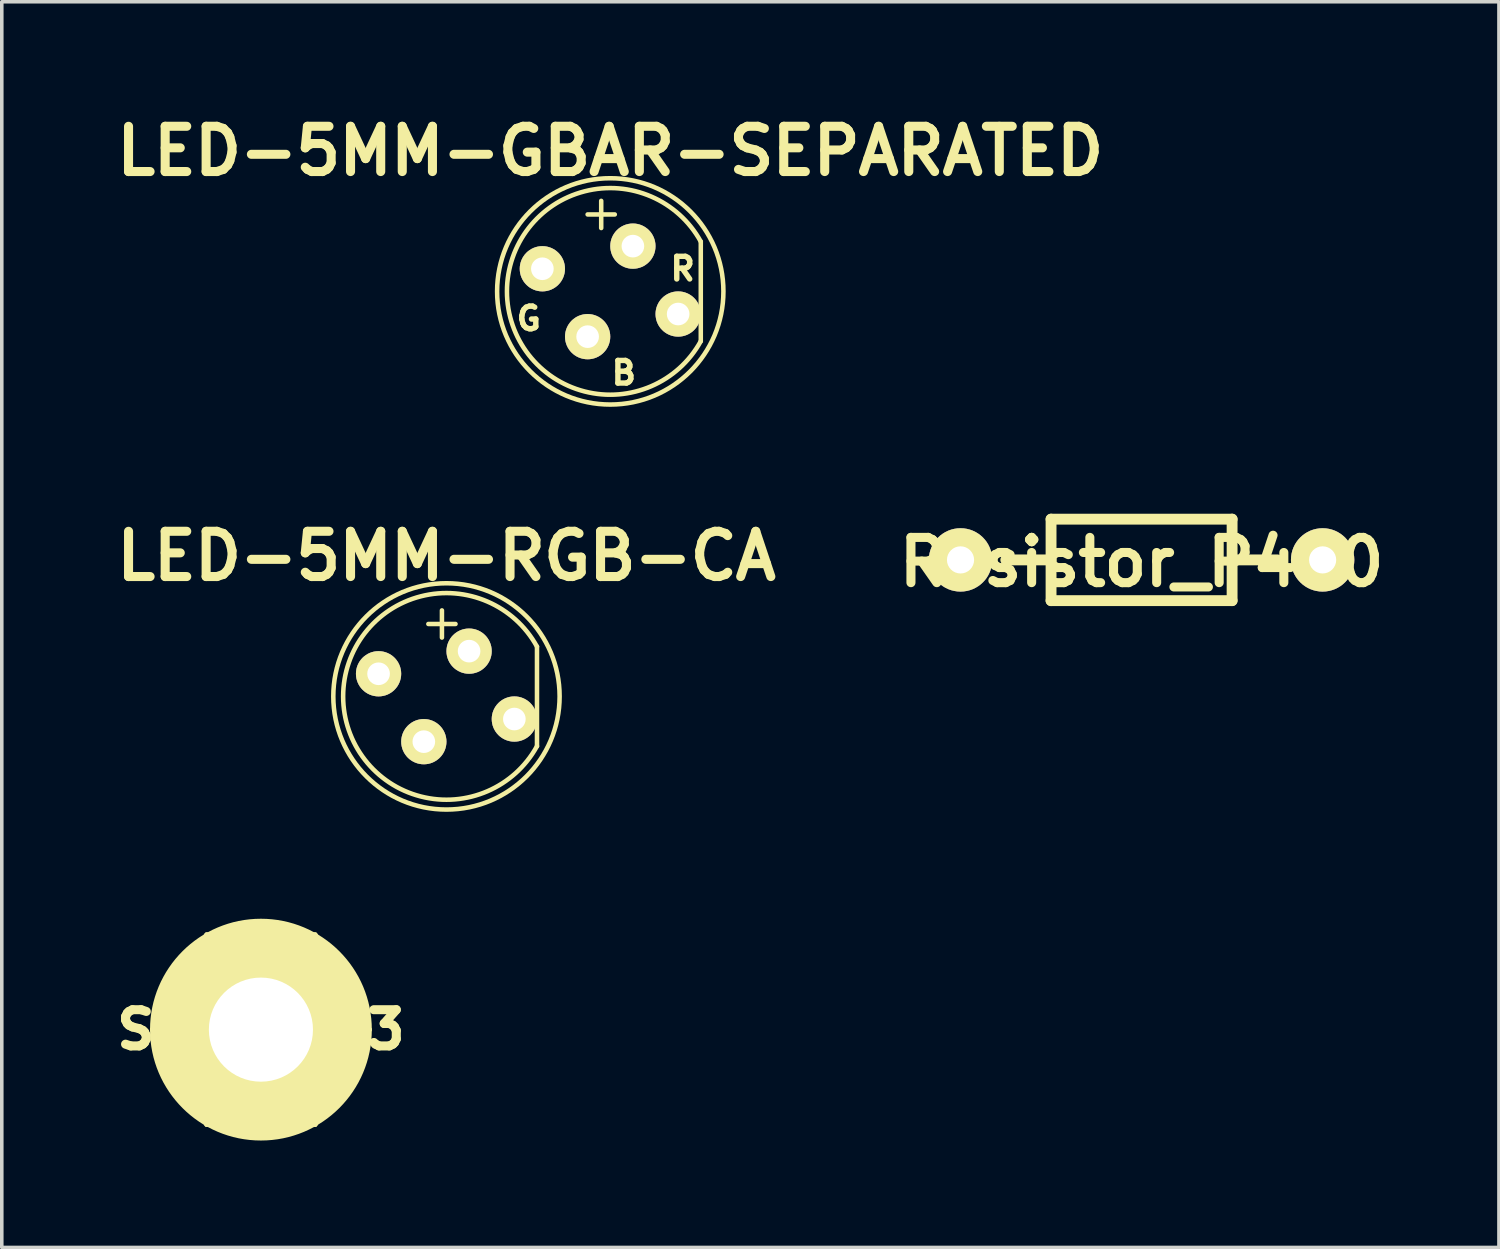
<source format=kicad_pcb>
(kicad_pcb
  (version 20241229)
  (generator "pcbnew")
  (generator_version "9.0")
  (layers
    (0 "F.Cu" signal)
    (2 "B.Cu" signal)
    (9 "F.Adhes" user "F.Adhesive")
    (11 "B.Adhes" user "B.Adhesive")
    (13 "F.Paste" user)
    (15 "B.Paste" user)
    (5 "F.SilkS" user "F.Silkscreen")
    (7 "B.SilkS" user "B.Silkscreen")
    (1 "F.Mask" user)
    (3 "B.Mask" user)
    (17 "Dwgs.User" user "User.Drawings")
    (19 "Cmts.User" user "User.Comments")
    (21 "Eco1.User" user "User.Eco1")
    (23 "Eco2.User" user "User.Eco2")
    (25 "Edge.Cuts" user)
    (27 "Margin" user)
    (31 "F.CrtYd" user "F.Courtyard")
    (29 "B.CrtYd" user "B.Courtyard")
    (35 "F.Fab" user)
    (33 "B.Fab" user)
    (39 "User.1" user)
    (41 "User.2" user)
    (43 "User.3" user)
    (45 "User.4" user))
  (footprint "LED-5MM-RGB-CA"
    (layer "F.Cu")
    (at 9.477 16.49)
    (property "Reference" "LED-5MM-RGB-CA" (at 0 -3.937 0) (layer "F.SilkS") (effects (font (size 1.27 1.27) (thickness 0.254))))
    (attr exclude_from_pos_files exclude_from_bom)
    (fp_line (start -0.127 -2.413) (end -0.127 -1.651) (stroke (width 0.127) (type solid)) (layer "F.SilkS"))
    (fp_line (start 0.254 -2.032) (end -0.508 -2.032) (stroke (width 0.127) (type solid)) (layer "F.SilkS"))
    (fp_line (start 2.54 -1.397) (end 2.54 1.397) (stroke (width 0.127) (type solid)) (layer "F.SilkS"))
    (fp_arc (start 2.539999 1.397) (mid -2.898828 0) (end 2.539999 -1.396999) (stroke (width 0.127) (type solid)) (layer "F.SilkS"))
    (fp_circle (center 0 0) (end 3.175 0) (stroke (width 0.127) (type solid)) (fill no) (layer "F.SilkS"))
    (pad "1" thru_hole oval (at -1.905 -0.635) (size 1.27 1.27) (drill 0.635) (layers "*.Cu" "*.Mask" "F.SilkS"))
    (pad "2" thru_hole oval (at -0.635 1.27) (size 1.27 1.27) (drill 0.635) (layers "*.Cu" "*.Mask" "F.SilkS"))
    (pad "3" thru_hole oval (at 0.635 -1.27) (size 1.27 1.27) (drill 0.635) (layers "*.Cu" "*.Mask" "F.SilkS"))
    (pad "4" thru_hole oval (at 1.905 0.635) (size 1.27 1.27) (drill 0.635) (layers "*.Cu" "*.Mask" "F.SilkS")))
  (footprint "SCREW_M3"
    (layer "F.Cu")
    (at 4.271 25.84)
    (property "Reference" "SCREW_M3" (at 0 0 0) (layer "F.SilkS") (effects (font (size 1.016 1.016) (thickness 0.254))))
    (attr through_hole)
    (fp_line (start -3.048 0) (end -1.524 2.667) (stroke (width 0.127) (type solid)) (layer "F.SilkS"))
    (fp_line (start -1.524 -2.667) (end -3.048 0) (stroke (width 0.127) (type solid)) (layer "F.SilkS"))
    (fp_line (start -1.524 2.667) (end 1.524 2.667) (stroke (width 0.127) (type solid)) (layer "F.SilkS"))
    (fp_line (start 1.524 -2.667) (end -1.524 -2.667) (stroke (width 0.127) (type solid)) (layer "F.SilkS"))
    (fp_line (start 1.524 2.667) (end 3.048 0) (stroke (width 0.127) (type solid)) (layer "F.SilkS"))
    (fp_line (start 3.048 0) (end 1.524 -2.667) (stroke (width 0.127) (type solid)) (layer "F.SilkS"))
    (fp_circle (center 0 0) (end 1.524 0) (stroke (width 0.127) (type solid)) (fill no) (layer "F.SilkS"))
    (fp_circle (center 0 0) (end 2.159 -1.397) (stroke (width 0.127) (type solid)) (fill no) (layer "F.SilkS"))
    (fp_circle (center 0 0) (end 3.048 0) (stroke (width 0.127) (type solid)) (fill no) (layer "F.SilkS"))
    (pad "" thru_hole circle (at 0 0) (size 6.096 6.096) (drill 2.921) (layers "*.Cu" "F.SilkS")))
  (footprint "Resistor_P400"
    (layer "F.Cu")
    (at 23.901 12.66)
    (property "Reference" "Resistor_P400" (at 5.08 0.064 180) (layer "F.SilkS") (effects (font (size 1.27 1.27) (thickness 0.254))))
    (attr through_hole)
    (fp_line (start 1.27 0) (end 2.54 0) (stroke (width 0.305) (type solid)) (layer "F.SilkS"))
    (fp_line (start 2.54 -1.143) (end 7.62 -1.143) (stroke (width 0.305) (type solid)) (layer "F.SilkS"))
    (fp_line (start 2.54 1.143) (end 2.54 -1.143) (stroke (width 0.305) (type solid)) (layer "F.SilkS"))
    (fp_line (start 2.54 1.143) (end 7.62 1.143) (stroke (width 0.305) (type solid)) (layer "F.SilkS"))
    (fp_line (start 7.62 0) (end 8.89 0) (stroke (width 0.305) (type solid)) (layer "F.SilkS"))
    (fp_line (start 7.62 1.143) (end 7.62 -1.143) (stroke (width 0.305) (type solid)) (layer "F.SilkS"))
    (pad "1" thru_hole circle (at 0 0) (size 1.778 1.778) (drill 0.762) (layers "*.Cu" "*.Mask" "F.SilkS"))
    (pad "2" thru_hole circle (at 10.16 0) (size 1.778 1.778) (drill 0.762) (layers "*.Cu" "*.Mask" "F.SilkS")))
  (footprint "LED-5MM-GBAR-SEPARATED"
    (layer "F.Cu")
    (at 14.073 5.126)
    (property "Reference" "LED-5MM-GBAR-SEPARATED" (at 0 -3.937 0) (layer "F.SilkS") (effects (font (size 1.27 1.27) (thickness 0.254))))
    (attr exclude_from_pos_files exclude_from_bom)
    (fp_line (start -0.254 -2.54) (end -0.254 -1.778) (stroke (width 0.127) (type solid)) (layer "F.SilkS"))
    (fp_line (start 0.127 -2.159) (end -0.635 -2.159) (stroke (width 0.127) (type solid)) (layer "F.SilkS"))
    (fp_line (start 2.54 -1.397) (end 2.54 1.397) (stroke (width 0.127) (type solid)) (layer "F.SilkS"))
    (fp_arc (start 2.539999 1.397) (mid -2.898828 0) (end 2.539999 -1.396999) (stroke (width 0.127) (type solid)) (layer "F.SilkS"))
    (fp_circle (center 0 0) (end 3.175 0) (stroke (width 0.127) (type solid)) (fill no) (layer "F.SilkS"))
    (fp_text user "G" (at -2.286 0.762 0) (layer "F.SilkS") (effects (font (size 0.635 0.635) (thickness 0.152))))
    (fp_text user "R" (at 2.032 -0.635 0) (layer "F.SilkS") (effects (font (size 0.635 0.635) (thickness 0.152))))
    (fp_text user "B" (at 0.381 2.286 0) (layer "F.SilkS") (effects (font (size 0.635 0.635) (thickness 0.152))))
    (pad "1" thru_hole oval (at -1.905 -0.635) (size 1.27 1.27) (drill 0.635) (layers "*.Cu" "*.Mask" "F.SilkS"))
    (pad "2" thru_hole oval (at -0.635 1.27) (size 1.27 1.27) (drill 0.635) (layers "*.Cu" "*.Mask" "F.SilkS"))
    (pad "3" thru_hole oval (at 0.635 -1.27) (size 1.27 1.27) (drill 0.635) (layers "*.Cu" "*.Mask" "F.SilkS"))
    (pad "4" thru_hole oval (at 1.905 0.635) (size 1.27 1.27) (drill 0.635) (layers "*.Cu" "*.Mask" "F.SilkS")))
  (gr_rect
    (start -3 -3)
    (end 39.008 31.951)
    (stroke (width 0.1) (type default))
    (fill no)
    (layer "Edge.Cuts")))
</source>
